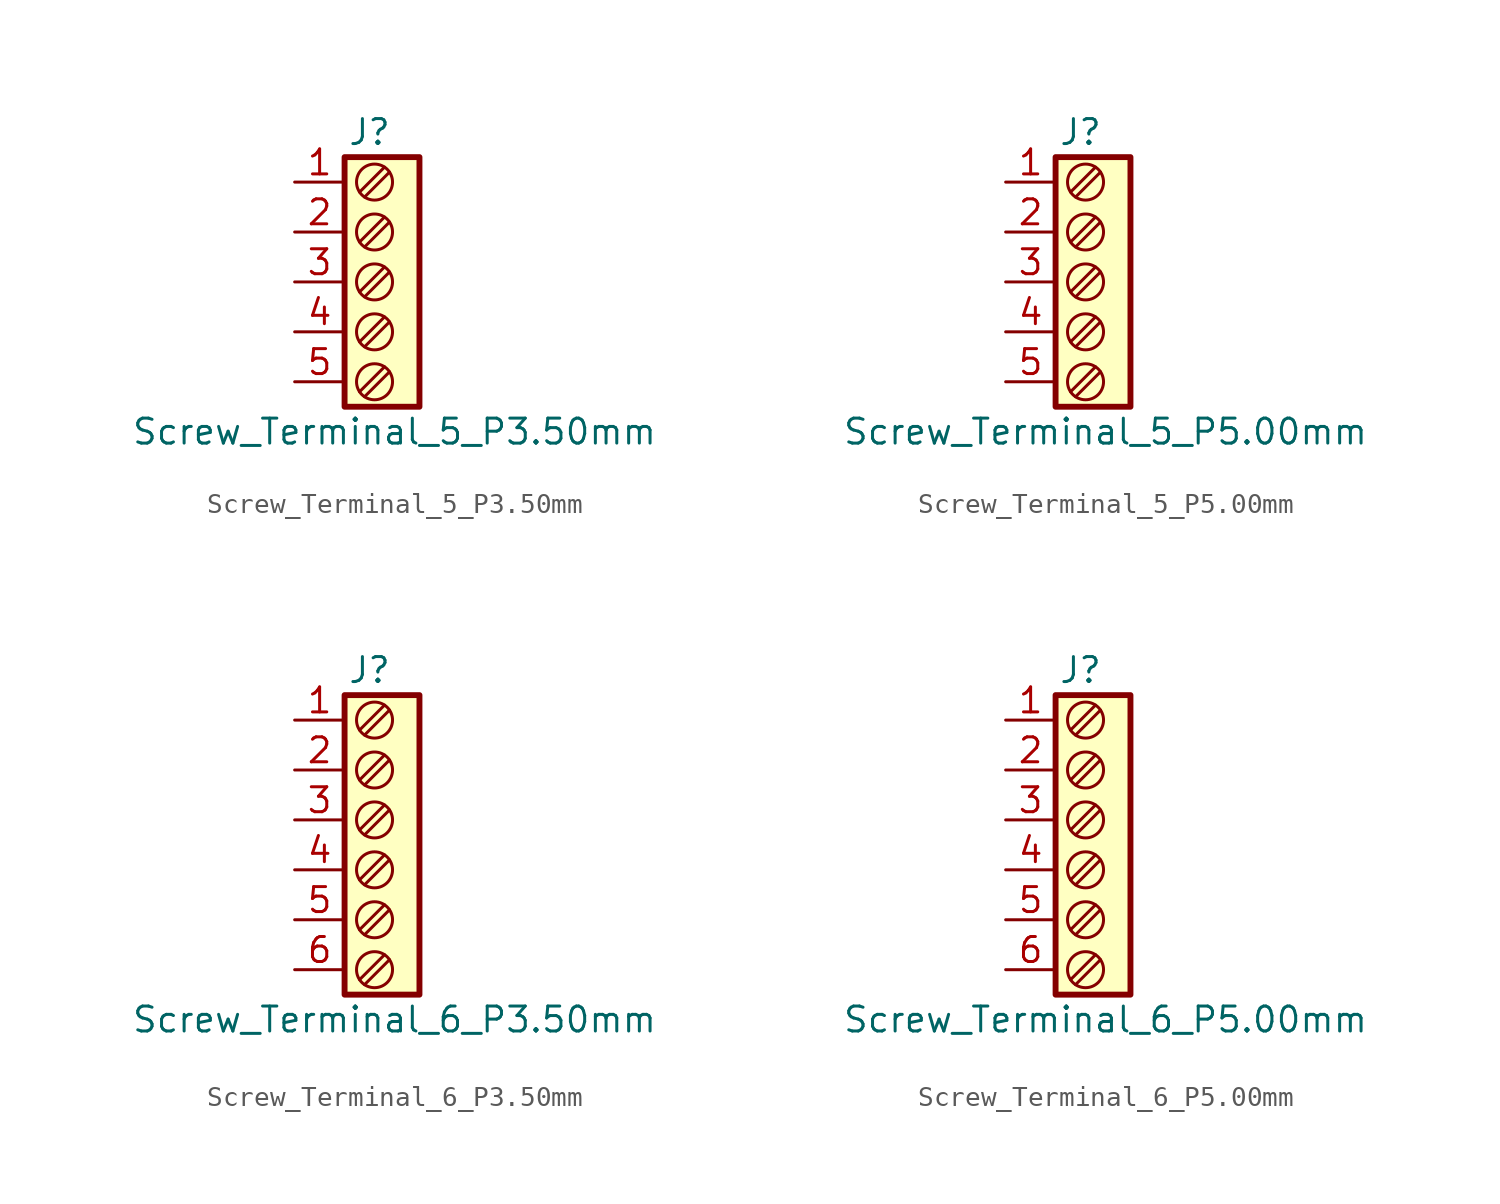
<source format=kicad_sym>
(kicad_symbol_lib
  (version 20220914)
  (generator kicad_symbol_editor)
  (symbol "Screw_Terminal_5_P3.50mm"
    (property "Reference" "J"
      (at 0 7.62 0)
      (effects (font (size 1.27 1.27))))
    (property "Value" "Screw_Terminal_5_P3.50mm"
      (at 1.27 -7.62 0)
      (effects (font (size 1.27 1.27))))
    (symbol "Screw_Terminal_5_P3.50mm_0_1"
      (rectangle (start -1.27 6.35) (end 2.54 -6.35) (stroke (width 0.3) (type default)) (fill (type background)))
      (polyline (pts (xy -0.254 -5.842) (xy 1.016 -4.572)) (stroke (width 0) (type default)) (fill (type none)))
      (polyline (pts (xy -0.254 -3.302) (xy 1.016 -2.032)) (stroke (width 0) (type default)) (fill (type none)))
      (polyline (pts (xy -0.254 -0.762) (xy 1.016 0.508)) (stroke (width 0) (type default)) (fill (type none)))
      (polyline (pts (xy -0.254 1.778) (xy 1.016 3.048)) (stroke (width 0) (type default)) (fill (type none)))
      (polyline (pts (xy -0.254 4.318) (xy 1.016 5.588)) (stroke (width 0) (type default)) (fill (type none)))
      (polyline (pts (xy 0 -5.08) (xy -0.508 -5.588) (xy 0.762 -4.318)) (stroke (width 0) (type default)) (fill (type none)))
      (polyline (pts (xy 0 -2.54) (xy -0.508 -3.048) (xy 0.762 -1.778)) (stroke (width 0) (type default)) (fill (type none)))
      (polyline (pts (xy 0 0) (xy -0.508 -0.508) (xy 0.762 0.762)) (stroke (width 0) (type default)) (fill (type none)))
      (polyline (pts (xy 0 2.54) (xy -0.508 2.032) (xy 0.762 3.302)) (stroke (width 0) (type default)) (fill (type none)))
      (polyline (pts (xy 0 5.08) (xy -0.508 4.572) (xy 0.762 5.842)) (stroke (width 0) (type default)) (fill (type none)))
      (circle (center 0.254 -5.08) (radius 0.916) (stroke (width 0) (type default)) (fill (type none)))
      (circle (center 0.254 -2.54) (radius 0.916) (stroke (width 0) (type default)) (fill (type none)))
      (circle (center 0.254 0) (radius 0.916) (stroke (width 0) (type default)) (fill (type none)))
      (circle (center 0.254 2.54) (radius 0.916) (stroke (width 0) (type default)) (fill (type none)))
      (circle (center 0.254 5.08) (radius 0.916) (stroke (width 0) (type default)) (fill (type none))))
    (symbol "Screw_Terminal_5_P3.50mm_1_1"
      (pin passive line (at -3.81 5.08 0) (length 2.54) (name "" (effects (font (size 1.27 1.27)))) (number "1" (effects (font (size 1.27 1.27)))))
      (pin passive line (at -3.81 2.54 0) (length 2.54) (name "" (effects (font (size 1.27 1.27)))) (number "2" (effects (font (size 1.27 1.27)))))
      (pin passive line (at -3.81 0 0) (length 2.54) (name "" (effects (font (size 1.27 1.27)))) (number "3" (effects (font (size 1.27 1.27)))))
      (pin passive line (at -3.81 -2.54 0) (length 2.54) (name "" (effects (font (size 1.27 1.27)))) (number "4" (effects (font (size 1.27 1.27)))))
      (pin passive line (at -3.81 -5.08 0) (length 2.54) (name "" (effects (font (size 1.27 1.27)))) (number "5" (effects (font (size 1.27 1.27)))))))
  (symbol "Screw_Terminal_5_P5.00mm"
    (property "Reference" "J"
      (at 0 7.62 0)
      (effects (font (size 1.27 1.27))))
    (property "Value" "Screw_Terminal_5_P5.00mm"
      (at 1.27 -7.62 0)
      (effects (font (size 1.27 1.27))))
    (symbol "Screw_Terminal_5_P5.00mm_0_1"
      (rectangle (start -1.27 6.35) (end 2.54 -6.35) (stroke (width 0.3) (type default)) (fill (type background)))
      (polyline (pts (xy -0.254 -5.842) (xy 1.016 -4.572)) (stroke (width 0) (type default)) (fill (type none)))
      (polyline (pts (xy -0.254 -3.302) (xy 1.016 -2.032)) (stroke (width 0) (type default)) (fill (type none)))
      (polyline (pts (xy -0.254 -0.762) (xy 1.016 0.508)) (stroke (width 0) (type default)) (fill (type none)))
      (polyline (pts (xy -0.254 1.778) (xy 1.016 3.048)) (stroke (width 0) (type default)) (fill (type none)))
      (polyline (pts (xy -0.254 4.318) (xy 1.016 5.588)) (stroke (width 0) (type default)) (fill (type none)))
      (polyline (pts (xy 0 -5.08) (xy -0.508 -5.588) (xy 0.762 -4.318)) (stroke (width 0) (type default)) (fill (type none)))
      (polyline (pts (xy 0 -2.54) (xy -0.508 -3.048) (xy 0.762 -1.778)) (stroke (width 0) (type default)) (fill (type none)))
      (polyline (pts (xy 0 0) (xy -0.508 -0.508) (xy 0.762 0.762)) (stroke (width 0) (type default)) (fill (type none)))
      (polyline (pts (xy 0 2.54) (xy -0.508 2.032) (xy 0.762 3.302)) (stroke (width 0) (type default)) (fill (type none)))
      (polyline (pts (xy 0 5.08) (xy -0.508 4.572) (xy 0.762 5.842)) (stroke (width 0) (type default)) (fill (type none)))
      (circle (center 0.254 -5.08) (radius 0.916) (stroke (width 0) (type default)) (fill (type none)))
      (circle (center 0.254 -2.54) (radius 0.916) (stroke (width 0) (type default)) (fill (type none)))
      (circle (center 0.254 0) (radius 0.916) (stroke (width 0) (type default)) (fill (type none)))
      (circle (center 0.254 2.54) (radius 0.916) (stroke (width 0) (type default)) (fill (type none)))
      (circle (center 0.254 5.08) (radius 0.916) (stroke (width 0) (type default)) (fill (type none))))
    (symbol "Screw_Terminal_5_P5.00mm_1_1"
      (pin passive line (at -3.81 5.08 0) (length 2.54) (name "" (effects (font (size 1.27 1.27)))) (number "1" (effects (font (size 1.27 1.27)))))
      (pin passive line (at -3.81 2.54 0) (length 2.54) (name "" (effects (font (size 1.27 1.27)))) (number "2" (effects (font (size 1.27 1.27)))))
      (pin passive line (at -3.81 0 0) (length 2.54) (name "" (effects (font (size 1.27 1.27)))) (number "3" (effects (font (size 1.27 1.27)))))
      (pin passive line (at -3.81 -2.54 0) (length 2.54) (name "" (effects (font (size 1.27 1.27)))) (number "4" (effects (font (size 1.27 1.27)))))
      (pin passive line (at -3.81 -5.08 0) (length 2.54) (name "" (effects (font (size 1.27 1.27)))) (number "5" (effects (font (size 1.27 1.27)))))))
  (symbol "Screw_Terminal_6_P3.50mm"
    (property "Reference" "J"
      (at 0 8.89 0)
      (effects (font (size 1.27 1.27))))
    (property "Value" "Screw_Terminal_6_P3.50mm"
      (at 1.27 -8.89 0)
      (effects (font (size 1.27 1.27))))
    (symbol "Screw_Terminal_6_P3.50mm_0_1"
      (rectangle (start -1.27 7.62) (end 2.54 -7.62) (stroke (width 0.3) (type default)) (fill (type background)))
      (polyline (pts (xy -0.254 -7.112) (xy 1.016 -5.842)) (stroke (width 0) (type default)) (fill (type none)))
      (polyline (pts (xy -0.254 -4.572) (xy 1.016 -3.302)) (stroke (width 0) (type default)) (fill (type none)))
      (polyline (pts (xy -0.254 -2.032) (xy 1.016 -0.762)) (stroke (width 0) (type default)) (fill (type none)))
      (polyline (pts (xy -0.254 0.508) (xy 1.016 1.778)) (stroke (width 0) (type default)) (fill (type none)))
      (polyline (pts (xy -0.254 3.048) (xy 1.016 4.318)) (stroke (width 0) (type default)) (fill (type none)))
      (polyline (pts (xy -0.254 5.588) (xy 1.016 6.858)) (stroke (width 0) (type default)) (fill (type none)))
      (polyline (pts (xy 0 -6.35) (xy -0.508 -6.858) (xy 0.762 -5.588)) (stroke (width 0) (type default)) (fill (type none)))
      (polyline (pts (xy 0 -3.81) (xy -0.508 -4.318) (xy 0.762 -3.048)) (stroke (width 0) (type default)) (fill (type none)))
      (polyline (pts (xy 0 -1.27) (xy -0.508 -1.778) (xy 0.762 -0.508)) (stroke (width 0) (type default)) (fill (type none)))
      (polyline (pts (xy 0 1.27) (xy -0.508 0.762) (xy 0.762 2.032)) (stroke (width 0) (type default)) (fill (type none)))
      (polyline (pts (xy 0 3.81) (xy -0.508 3.302) (xy 0.762 4.572)) (stroke (width 0) (type default)) (fill (type none)))
      (polyline (pts (xy 0 6.35) (xy -0.508 5.842) (xy 0.762 7.112)) (stroke (width 0) (type default)) (fill (type none)))
      (circle (center 0.254 -6.35) (radius 0.916) (stroke (width 0) (type default)) (fill (type none)))
      (circle (center 0.254 -3.81) (radius 0.916) (stroke (width 0) (type default)) (fill (type none)))
      (circle (center 0.254 -1.27) (radius 0.916) (stroke (width 0) (type default)) (fill (type none)))
      (circle (center 0.254 1.27) (radius 0.916) (stroke (width 0) (type default)) (fill (type none)))
      (circle (center 0.254 3.81) (radius 0.916) (stroke (width 0) (type default)) (fill (type none)))
      (circle (center 0.254 6.35) (radius 0.916) (stroke (width 0) (type default)) (fill (type none))))
    (symbol "Screw_Terminal_6_P3.50mm_1_1"
      (pin passive line (at -3.81 6.35 0) (length 2.54) (name "" (effects (font (size 1.27 1.27)))) (number "1" (effects (font (size 1.27 1.27)))))
      (pin passive line (at -3.81 3.81 0) (length 2.54) (name "" (effects (font (size 1.27 1.27)))) (number "2" (effects (font (size 1.27 1.27)))))
      (pin passive line (at -3.81 1.27 0) (length 2.54) (name "" (effects (font (size 1.27 1.27)))) (number "3" (effects (font (size 1.27 1.27)))))
      (pin passive line (at -3.81 -1.27 0) (length 2.54) (name "" (effects (font (size 1.27 1.27)))) (number "4" (effects (font (size 1.27 1.27)))))
      (pin passive line (at -3.81 -3.81 0) (length 2.54) (name "" (effects (font (size 1.27 1.27)))) (number "5" (effects (font (size 1.27 1.27)))))
      (pin passive line (at -3.81 -6.35 0) (length 2.54) (name "" (effects (font (size 1.27 1.27)))) (number "6" (effects (font (size 1.27 1.27)))))))
  (symbol "Screw_Terminal_6_P5.00mm"
    (property "Reference" "J"
      (at 0 8.89 0)
      (effects (font (size 1.27 1.27))))
    (property "Value" "Screw_Terminal_6_P5.00mm"
      (at 1.27 -8.89 0)
      (effects (font (size 1.27 1.27))))
    (symbol "Screw_Terminal_6_P5.00mm_0_1"
      (rectangle (start -1.27 7.62) (end 2.54 -7.62) (stroke (width 0.3) (type default)) (fill (type background)))
      (polyline (pts (xy -0.254 -7.112) (xy 1.016 -5.842)) (stroke (width 0) (type default)) (fill (type none)))
      (polyline (pts (xy -0.254 -4.572) (xy 1.016 -3.302)) (stroke (width 0) (type default)) (fill (type none)))
      (polyline (pts (xy -0.254 -2.032) (xy 1.016 -0.762)) (stroke (width 0) (type default)) (fill (type none)))
      (polyline (pts (xy -0.254 0.508) (xy 1.016 1.778)) (stroke (width 0) (type default)) (fill (type none)))
      (polyline (pts (xy -0.254 3.048) (xy 1.016 4.318)) (stroke (width 0) (type default)) (fill (type none)))
      (polyline (pts (xy -0.254 5.588) (xy 1.016 6.858)) (stroke (width 0) (type default)) (fill (type none)))
      (polyline (pts (xy 0 -6.35) (xy -0.508 -6.858) (xy 0.762 -5.588)) (stroke (width 0) (type default)) (fill (type none)))
      (polyline (pts (xy 0 -3.81) (xy -0.508 -4.318) (xy 0.762 -3.048)) (stroke (width 0) (type default)) (fill (type none)))
      (polyline (pts (xy 0 -1.27) (xy -0.508 -1.778) (xy 0.762 -0.508)) (stroke (width 0) (type default)) (fill (type none)))
      (polyline (pts (xy 0 1.27) (xy -0.508 0.762) (xy 0.762 2.032)) (stroke (width 0) (type default)) (fill (type none)))
      (polyline (pts (xy 0 3.81) (xy -0.508 3.302) (xy 0.762 4.572)) (stroke (width 0) (type default)) (fill (type none)))
      (polyline (pts (xy 0 6.35) (xy -0.508 5.842) (xy 0.762 7.112)) (stroke (width 0) (type default)) (fill (type none)))
      (circle (center 0.254 -6.35) (radius 0.916) (stroke (width 0) (type default)) (fill (type none)))
      (circle (center 0.254 -3.81) (radius 0.916) (stroke (width 0) (type default)) (fill (type none)))
      (circle (center 0.254 -1.27) (radius 0.916) (stroke (width 0) (type default)) (fill (type none)))
      (circle (center 0.254 1.27) (radius 0.916) (stroke (width 0) (type default)) (fill (type none)))
      (circle (center 0.254 3.81) (radius 0.916) (stroke (width 0) (type default)) (fill (type none)))
      (circle (center 0.254 6.35) (radius 0.916) (stroke (width 0) (type default)) (fill (type none))))
    (symbol "Screw_Terminal_6_P5.00mm_1_1"
      (pin passive line (at -3.81 6.35 0) (length 2.54) (name "" (effects (font (size 1.27 1.27)))) (number "1" (effects (font (size 1.27 1.27)))))
      (pin passive line (at -3.81 3.81 0) (length 2.54) (name "" (effects (font (size 1.27 1.27)))) (number "2" (effects (font (size 1.27 1.27)))))
      (pin passive line (at -3.81 1.27 0) (length 2.54) (name "" (effects (font (size 1.27 1.27)))) (number "3" (effects (font (size 1.27 1.27)))))
      (pin passive line (at -3.81 -1.27 0) (length 2.54) (name "" (effects (font (size 1.27 1.27)))) (number "4" (effects (font (size 1.27 1.27)))))
      (pin passive line (at -3.81 -3.81 0) (length 2.54) (name "" (effects (font (size 1.27 1.27)))) (number "5" (effects (font (size 1.27 1.27)))))
      (pin passive line (at -3.81 -6.35 0) (length 2.54) (name "" (effects (font (size 1.27 1.27)))) (number "6" (effects (font (size 1.27 1.27))))))))
</source>
